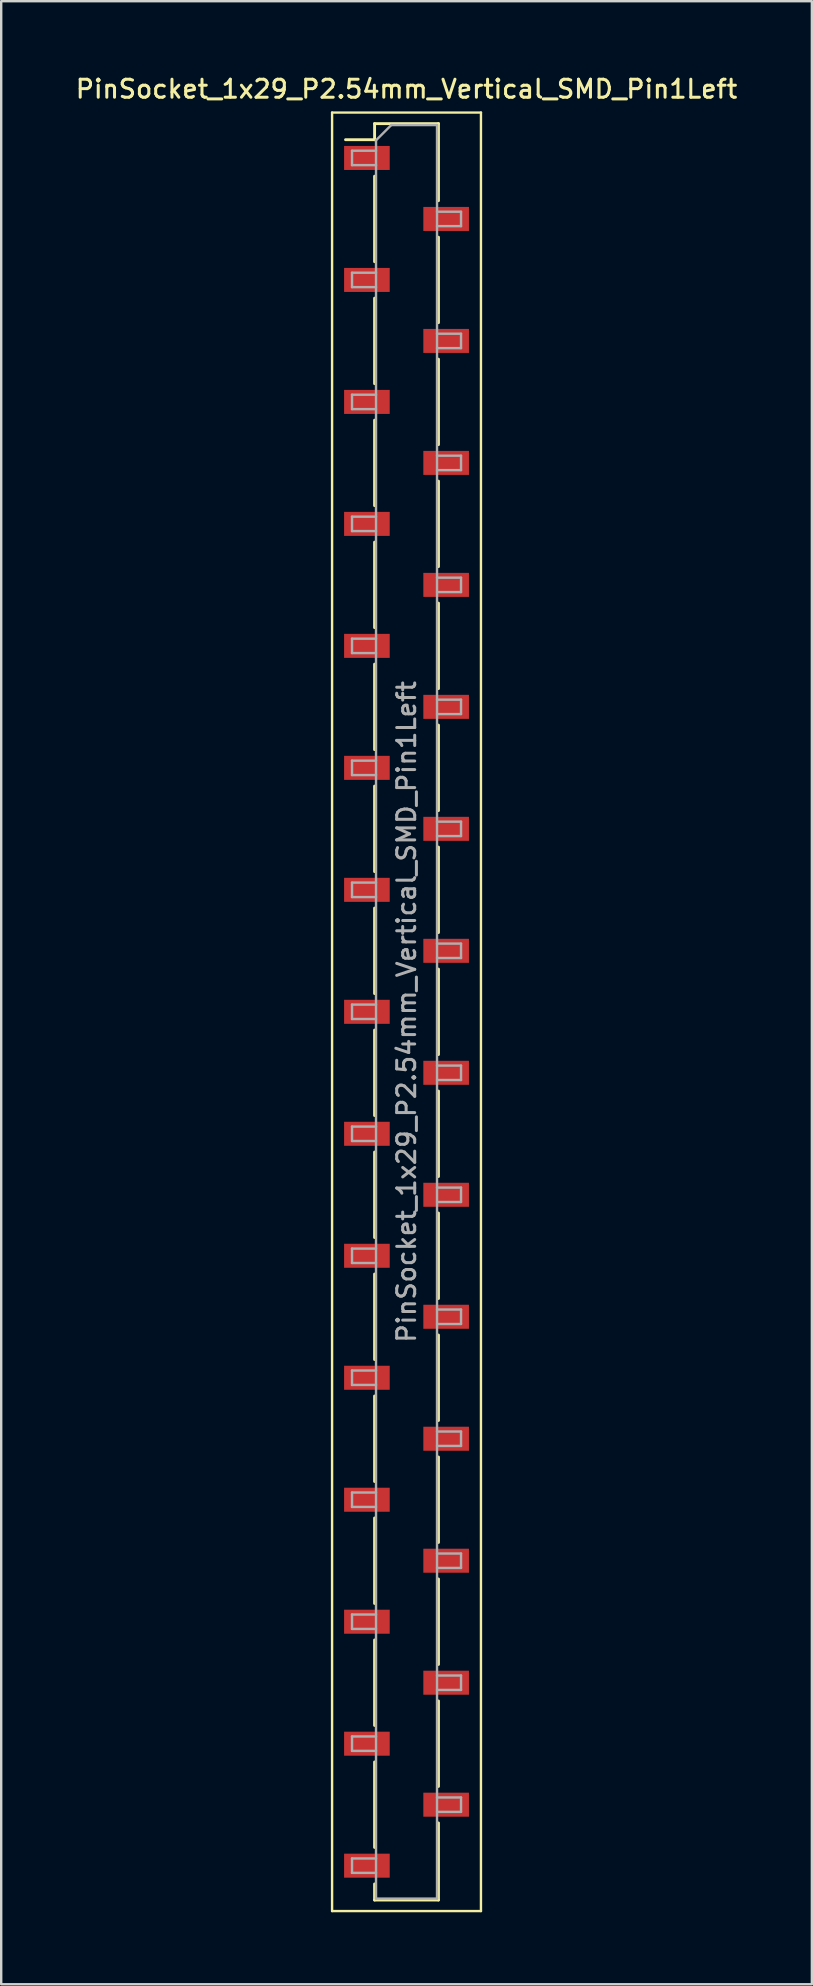
<source format=kicad_pcb>
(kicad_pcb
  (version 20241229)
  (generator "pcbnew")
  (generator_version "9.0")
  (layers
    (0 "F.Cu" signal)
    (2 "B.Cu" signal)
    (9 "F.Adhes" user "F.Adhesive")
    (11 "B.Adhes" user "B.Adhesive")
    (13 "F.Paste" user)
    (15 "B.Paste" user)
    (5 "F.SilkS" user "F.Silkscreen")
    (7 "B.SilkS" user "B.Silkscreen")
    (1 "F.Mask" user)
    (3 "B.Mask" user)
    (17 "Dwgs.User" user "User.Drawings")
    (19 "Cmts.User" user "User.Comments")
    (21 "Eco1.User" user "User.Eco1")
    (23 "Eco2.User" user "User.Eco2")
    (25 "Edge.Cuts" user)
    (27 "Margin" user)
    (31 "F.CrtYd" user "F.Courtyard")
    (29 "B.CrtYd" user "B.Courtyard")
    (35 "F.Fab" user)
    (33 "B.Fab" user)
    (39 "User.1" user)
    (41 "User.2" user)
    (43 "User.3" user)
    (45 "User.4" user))
  (footprint "PinSocket_1x29_P2.54mm_Vertical_SMD_Pin1Left"
    (layer "F.Cu")
    (at 13.88 39.088)
    (property "Reference" "PinSocket_1x29_P2.54mm_Vertical_SMD_Pin1Left" (at 0 -38.43 0) (layer "F.SilkS") (effects (font (size 0.75 0.75) (thickness 0.125))))
    (attr smd)
    (fp_line (start -3.1 -37.45) (end 3.1 -37.45) (stroke (width 0.1) (type solid)) (layer "F.SilkS"))
    (fp_line (start -3.1 37.45) (end -3.1 -37.45) (stroke (width 0.1) (type solid)) (layer "F.SilkS"))
    (fp_line (start -2.54 -36.32) (end -1.33 -36.32) (stroke (width 0.12) (type solid)) (layer "F.SilkS"))
    (fp_line (start -1.33 -36.99) (end -1.33 -36.32) (stroke (width 0.12) (type solid)) (layer "F.SilkS"))
    (fp_line (start -1.33 -36.99) (end 1.33 -36.99) (stroke (width 0.12) (type solid)) (layer "F.SilkS"))
    (fp_line (start -1.33 -34.8) (end -1.33 -31.24) (stroke (width 0.12) (type solid)) (layer "F.SilkS"))
    (fp_line (start -1.33 -29.72) (end -1.33 -26.16) (stroke (width 0.12) (type solid)) (layer "F.SilkS"))
    (fp_line (start -1.33 -24.64) (end -1.33 -21.08) (stroke (width 0.12) (type solid)) (layer "F.SilkS"))
    (fp_line (start -1.33 -19.56) (end -1.33 -16) (stroke (width 0.12) (type solid)) (layer "F.SilkS"))
    (fp_line (start -1.33 -14.48) (end -1.33 -10.92) (stroke (width 0.12) (type solid)) (layer "F.SilkS"))
    (fp_line (start -1.33 -9.4) (end -1.33 -5.84) (stroke (width 0.12) (type solid)) (layer "F.SilkS"))
    (fp_line (start -1.33 -4.32) (end -1.33 -0.76) (stroke (width 0.12) (type solid)) (layer "F.SilkS"))
    (fp_line (start -1.33 0.76) (end -1.33 4.32) (stroke (width 0.12) (type solid)) (layer "F.SilkS"))
    (fp_line (start -1.33 5.84) (end -1.33 9.4) (stroke (width 0.12) (type solid)) (layer "F.SilkS"))
    (fp_line (start -1.33 10.92) (end -1.33 14.48) (stroke (width 0.12) (type solid)) (layer "F.SilkS"))
    (fp_line (start -1.33 16) (end -1.33 19.56) (stroke (width 0.12) (type solid)) (layer "F.SilkS"))
    (fp_line (start -1.33 21.08) (end -1.33 24.64) (stroke (width 0.12) (type solid)) (layer "F.SilkS"))
    (fp_line (start -1.33 26.16) (end -1.33 29.72) (stroke (width 0.12) (type solid)) (layer "F.SilkS"))
    (fp_line (start -1.33 31.24) (end -1.33 34.8) (stroke (width 0.12) (type solid)) (layer "F.SilkS"))
    (fp_line (start -1.33 36.32) (end -1.33 36.99) (stroke (width 0.12) (type solid)) (layer "F.SilkS"))
    (fp_line (start -1.33 36.99) (end 1.33 36.99) (stroke (width 0.12) (type solid)) (layer "F.SilkS"))
    (fp_line (start 1.33 -36.99) (end 1.33 -33.78) (stroke (width 0.12) (type solid)) (layer "F.SilkS"))
    (fp_line (start 1.33 -32.26) (end 1.33 -28.7) (stroke (width 0.12) (type solid)) (layer "F.SilkS"))
    (fp_line (start 1.33 -27.18) (end 1.33 -23.62) (stroke (width 0.12) (type solid)) (layer "F.SilkS"))
    (fp_line (start 1.33 -22.1) (end 1.33 -18.54) (stroke (width 0.12) (type solid)) (layer "F.SilkS"))
    (fp_line (start 1.33 -17.02) (end 1.33 -13.46) (stroke (width 0.12) (type solid)) (layer "F.SilkS"))
    (fp_line (start 1.33 -11.94) (end 1.33 -8.38) (stroke (width 0.12) (type solid)) (layer "F.SilkS"))
    (fp_line (start 1.33 -6.86) (end 1.33 -3.3) (stroke (width 0.12) (type solid)) (layer "F.SilkS"))
    (fp_line (start 1.33 -1.78) (end 1.33 1.78) (stroke (width 0.12) (type solid)) (layer "F.SilkS"))
    (fp_line (start 1.33 3.3) (end 1.33 6.86) (stroke (width 0.12) (type solid)) (layer "F.SilkS"))
    (fp_line (start 1.33 8.38) (end 1.33 11.94) (stroke (width 0.12) (type solid)) (layer "F.SilkS"))
    (fp_line (start 1.33 13.46) (end 1.33 17.02) (stroke (width 0.12) (type solid)) (layer "F.SilkS"))
    (fp_line (start 1.33 18.54) (end 1.33 22.1) (stroke (width 0.12) (type solid)) (layer "F.SilkS"))
    (fp_line (start 1.33 23.62) (end 1.33 27.18) (stroke (width 0.12) (type solid)) (layer "F.SilkS"))
    (fp_line (start 1.33 28.7) (end 1.33 32.26) (stroke (width 0.12) (type solid)) (layer "F.SilkS"))
    (fp_line (start 1.33 33.78) (end 1.33 36.99) (stroke (width 0.12) (type solid)) (layer "F.SilkS"))
    (fp_line (start 3.1 -37.45) (end 3.1 37.45) (stroke (width 0.1) (type solid)) (layer "F.SilkS"))
    (fp_line (start 3.1 37.45) (end -3.1 37.45) (stroke (width 0.1) (type solid)) (layer "F.SilkS"))
    (fp_line (start -2.27 -35.86) (end -1.27 -35.86) (stroke (width 0.1) (type solid)) (layer "F.Fab"))
    (fp_line (start -2.27 -35.26) (end -2.27 -35.86) (stroke (width 0.1) (type solid)) (layer "F.Fab"))
    (fp_line (start -2.27 -30.78) (end -1.27 -30.78) (stroke (width 0.1) (type solid)) (layer "F.Fab"))
    (fp_line (start -2.27 -30.18) (end -2.27 -30.78) (stroke (width 0.1) (type solid)) (layer "F.Fab"))
    (fp_line (start -2.27 -25.7) (end -1.27 -25.7) (stroke (width 0.1) (type solid)) (layer "F.Fab"))
    (fp_line (start -2.27 -25.1) (end -2.27 -25.7) (stroke (width 0.1) (type solid)) (layer "F.Fab"))
    (fp_line (start -2.27 -20.62) (end -1.27 -20.62) (stroke (width 0.1) (type solid)) (layer "F.Fab"))
    (fp_line (start -2.27 -20.02) (end -2.27 -20.62) (stroke (width 0.1) (type solid)) (layer "F.Fab"))
    (fp_line (start -2.27 -15.54) (end -1.27 -15.54) (stroke (width 0.1) (type solid)) (layer "F.Fab"))
    (fp_line (start -2.27 -14.94) (end -2.27 -15.54) (stroke (width 0.1) (type solid)) (layer "F.Fab"))
    (fp_line (start -2.27 -10.46) (end -1.27 -10.46) (stroke (width 0.1) (type solid)) (layer "F.Fab"))
    (fp_line (start -2.27 -9.86) (end -2.27 -10.46) (stroke (width 0.1) (type solid)) (layer "F.Fab"))
    (fp_line (start -2.27 -5.38) (end -1.27 -5.38) (stroke (width 0.1) (type solid)) (layer "F.Fab"))
    (fp_line (start -2.27 -4.78) (end -2.27 -5.38) (stroke (width 0.1) (type solid)) (layer "F.Fab"))
    (fp_line (start -2.27 -0.3) (end -1.27 -0.3) (stroke (width 0.1) (type solid)) (layer "F.Fab"))
    (fp_line (start -2.27 0.3) (end -2.27 -0.3) (stroke (width 0.1) (type solid)) (layer "F.Fab"))
    (fp_line (start -2.27 4.78) (end -1.27 4.78) (stroke (width 0.1) (type solid)) (layer "F.Fab"))
    (fp_line (start -2.27 5.38) (end -2.27 4.78) (stroke (width 0.1) (type solid)) (layer "F.Fab"))
    (fp_line (start -2.27 9.86) (end -1.27 9.86) (stroke (width 0.1) (type solid)) (layer "F.Fab"))
    (fp_line (start -2.27 10.46) (end -2.27 9.86) (stroke (width 0.1) (type solid)) (layer "F.Fab"))
    (fp_line (start -2.27 14.94) (end -1.27 14.94) (stroke (width 0.1) (type solid)) (layer "F.Fab"))
    (fp_line (start -2.27 15.54) (end -2.27 14.94) (stroke (width 0.1) (type solid)) (layer "F.Fab"))
    (fp_line (start -2.27 20.02) (end -1.27 20.02) (stroke (width 0.1) (type solid)) (layer "F.Fab"))
    (fp_line (start -2.27 20.62) (end -2.27 20.02) (stroke (width 0.1) (type solid)) (layer "F.Fab"))
    (fp_line (start -2.27 25.1) (end -1.27 25.1) (stroke (width 0.1) (type solid)) (layer "F.Fab"))
    (fp_line (start -2.27 25.7) (end -2.27 25.1) (stroke (width 0.1) (type solid)) (layer "F.Fab"))
    (fp_line (start -2.27 30.18) (end -1.27 30.18) (stroke (width 0.1) (type solid)) (layer "F.Fab"))
    (fp_line (start -2.27 30.78) (end -2.27 30.18) (stroke (width 0.1) (type solid)) (layer "F.Fab"))
    (fp_line (start -2.27 35.26) (end -1.27 35.26) (stroke (width 0.1) (type solid)) (layer "F.Fab"))
    (fp_line (start -2.27 35.86) (end -2.27 35.26) (stroke (width 0.1) (type solid)) (layer "F.Fab"))
    (fp_line (start -1.27 -36.295) (end -0.635 -36.93) (stroke (width 0.1) (type solid)) (layer "F.Fab"))
    (fp_line (start -1.27 -35.26) (end -2.27 -35.26) (stroke (width 0.1) (type solid)) (layer "F.Fab"))
    (fp_line (start -1.27 -30.18) (end -2.27 -30.18) (stroke (width 0.1) (type solid)) (layer "F.Fab"))
    (fp_line (start -1.27 -25.1) (end -2.27 -25.1) (stroke (width 0.1) (type solid)) (layer "F.Fab"))
    (fp_line (start -1.27 -20.02) (end -2.27 -20.02) (stroke (width 0.1) (type solid)) (layer "F.Fab"))
    (fp_line (start -1.27 -14.94) (end -2.27 -14.94) (stroke (width 0.1) (type solid)) (layer "F.Fab"))
    (fp_line (start -1.27 -9.86) (end -2.27 -9.86) (stroke (width 0.1) (type solid)) (layer "F.Fab"))
    (fp_line (start -1.27 -4.78) (end -2.27 -4.78) (stroke (width 0.1) (type solid)) (layer "F.Fab"))
    (fp_line (start -1.27 0.3) (end -2.27 0.3) (stroke (width 0.1) (type solid)) (layer "F.Fab"))
    (fp_line (start -1.27 5.38) (end -2.27 5.38) (stroke (width 0.1) (type solid)) (layer "F.Fab"))
    (fp_line (start -1.27 10.46) (end -2.27 10.46) (stroke (width 0.1) (type solid)) (layer "F.Fab"))
    (fp_line (start -1.27 15.54) (end -2.27 15.54) (stroke (width 0.1) (type solid)) (layer "F.Fab"))
    (fp_line (start -1.27 20.62) (end -2.27 20.62) (stroke (width 0.1) (type solid)) (layer "F.Fab"))
    (fp_line (start -1.27 25.7) (end -2.27 25.7) (stroke (width 0.1) (type solid)) (layer "F.Fab"))
    (fp_line (start -1.27 30.78) (end -2.27 30.78) (stroke (width 0.1) (type solid)) (layer "F.Fab"))
    (fp_line (start -1.27 35.86) (end -2.27 35.86) (stroke (width 0.1) (type solid)) (layer "F.Fab"))
    (fp_line (start -1.27 36.93) (end -1.27 -36.295) (stroke (width 0.1) (type solid)) (layer "F.Fab"))
    (fp_line (start -0.635 -36.93) (end 1.27 -36.93) (stroke (width 0.1) (type solid)) (layer "F.Fab"))
    (fp_line (start 1.27 -36.93) (end 1.27 36.93) (stroke (width 0.1) (type solid)) (layer "F.Fab"))
    (fp_line (start 1.27 -33.32) (end 2.27 -33.32) (stroke (width 0.1) (type solid)) (layer "F.Fab"))
    (fp_line (start 1.27 -28.24) (end 2.27 -28.24) (stroke (width 0.1) (type solid)) (layer "F.Fab"))
    (fp_line (start 1.27 -23.16) (end 2.27 -23.16) (stroke (width 0.1) (type solid)) (layer "F.Fab"))
    (fp_line (start 1.27 -18.08) (end 2.27 -18.08) (stroke (width 0.1) (type solid)) (layer "F.Fab"))
    (fp_line (start 1.27 -13) (end 2.27 -13) (stroke (width 0.1) (type solid)) (layer "F.Fab"))
    (fp_line (start 1.27 -7.92) (end 2.27 -7.92) (stroke (width 0.1) (type solid)) (layer "F.Fab"))
    (fp_line (start 1.27 -2.84) (end 2.27 -2.84) (stroke (width 0.1) (type solid)) (layer "F.Fab"))
    (fp_line (start 1.27 2.24) (end 2.27 2.24) (stroke (width 0.1) (type solid)) (layer "F.Fab"))
    (fp_line (start 1.27 7.32) (end 2.27 7.32) (stroke (width 0.1) (type solid)) (layer "F.Fab"))
    (fp_line (start 1.27 12.4) (end 2.27 12.4) (stroke (width 0.1) (type solid)) (layer "F.Fab"))
    (fp_line (start 1.27 17.48) (end 2.27 17.48) (stroke (width 0.1) (type solid)) (layer "F.Fab"))
    (fp_line (start 1.27 22.56) (end 2.27 22.56) (stroke (width 0.1) (type solid)) (layer "F.Fab"))
    (fp_line (start 1.27 27.64) (end 2.27 27.64) (stroke (width 0.1) (type solid)) (layer "F.Fab"))
    (fp_line (start 1.27 32.72) (end 2.27 32.72) (stroke (width 0.1) (type solid)) (layer "F.Fab"))
    (fp_line (start 1.27 36.93) (end -1.27 36.93) (stroke (width 0.1) (type solid)) (layer "F.Fab"))
    (fp_line (start 2.27 -33.32) (end 2.27 -32.72) (stroke (width 0.1) (type solid)) (layer "F.Fab"))
    (fp_line (start 2.27 -32.72) (end 1.27 -32.72) (stroke (width 0.1) (type solid)) (layer "F.Fab"))
    (fp_line (start 2.27 -28.24) (end 2.27 -27.64) (stroke (width 0.1) (type solid)) (layer "F.Fab"))
    (fp_line (start 2.27 -27.64) (end 1.27 -27.64) (stroke (width 0.1) (type solid)) (layer "F.Fab"))
    (fp_line (start 2.27 -23.16) (end 2.27 -22.56) (stroke (width 0.1) (type solid)) (layer "F.Fab"))
    (fp_line (start 2.27 -22.56) (end 1.27 -22.56) (stroke (width 0.1) (type solid)) (layer "F.Fab"))
    (fp_line (start 2.27 -18.08) (end 2.27 -17.48) (stroke (width 0.1) (type solid)) (layer "F.Fab"))
    (fp_line (start 2.27 -17.48) (end 1.27 -17.48) (stroke (width 0.1) (type solid)) (layer "F.Fab"))
    (fp_line (start 2.27 -13) (end 2.27 -12.4) (stroke (width 0.1) (type solid)) (layer "F.Fab"))
    (fp_line (start 2.27 -12.4) (end 1.27 -12.4) (stroke (width 0.1) (type solid)) (layer "F.Fab"))
    (fp_line (start 2.27 -7.92) (end 2.27 -7.32) (stroke (width 0.1) (type solid)) (layer "F.Fab"))
    (fp_line (start 2.27 -7.32) (end 1.27 -7.32) (stroke (width 0.1) (type solid)) (layer "F.Fab"))
    (fp_line (start 2.27 -2.84) (end 2.27 -2.24) (stroke (width 0.1) (type solid)) (layer "F.Fab"))
    (fp_line (start 2.27 -2.24) (end 1.27 -2.24) (stroke (width 0.1) (type solid)) (layer "F.Fab"))
    (fp_line (start 2.27 2.24) (end 2.27 2.84) (stroke (width 0.1) (type solid)) (layer "F.Fab"))
    (fp_line (start 2.27 2.84) (end 1.27 2.84) (stroke (width 0.1) (type solid)) (layer "F.Fab"))
    (fp_line (start 2.27 7.32) (end 2.27 7.92) (stroke (width 0.1) (type solid)) (layer "F.Fab"))
    (fp_line (start 2.27 7.92) (end 1.27 7.92) (stroke (width 0.1) (type solid)) (layer "F.Fab"))
    (fp_line (start 2.27 12.4) (end 2.27 13) (stroke (width 0.1) (type solid)) (layer "F.Fab"))
    (fp_line (start 2.27 13) (end 1.27 13) (stroke (width 0.1) (type solid)) (layer "F.Fab"))
    (fp_line (start 2.27 17.48) (end 2.27 18.08) (stroke (width 0.1) (type solid)) (layer "F.Fab"))
    (fp_line (start 2.27 18.08) (end 1.27 18.08) (stroke (width 0.1) (type solid)) (layer "F.Fab"))
    (fp_line (start 2.27 22.56) (end 2.27 23.16) (stroke (width 0.1) (type solid)) (layer "F.Fab"))
    (fp_line (start 2.27 23.16) (end 1.27 23.16) (stroke (width 0.1) (type solid)) (layer "F.Fab"))
    (fp_line (start 2.27 27.64) (end 2.27 28.24) (stroke (width 0.1) (type solid)) (layer "F.Fab"))
    (fp_line (start 2.27 28.24) (end 1.27 28.24) (stroke (width 0.1) (type solid)) (layer "F.Fab"))
    (fp_line (start 2.27 32.72) (end 2.27 33.32) (stroke (width 0.1) (type solid)) (layer "F.Fab"))
    (fp_line (start 2.27 33.32) (end 1.27 33.32) (stroke (width 0.1) (type solid)) (layer "F.Fab"))
    (fp_text user "${REFERENCE}" (at 0 0 90) (layer "F.Fab") (effects (font (size 0.75 0.75) (thickness 0.125))))
    (pad "1" smd rect (at -1.65 -35.56) (size 1.9 1) (layers "F.Cu" "F.Mask" "F.Paste"))
    (pad "2" smd rect (at 1.65 -33.02) (size 1.9 1) (layers "F.Cu" "F.Mask" "F.Paste"))
    (pad "3" smd rect (at -1.65 -30.48) (size 1.9 1) (layers "F.Cu" "F.Mask" "F.Paste"))
    (pad "4" smd rect (at 1.65 -27.94) (size 1.9 1) (layers "F.Cu" "F.Mask" "F.Paste"))
    (pad "5" smd rect (at -1.65 -25.4) (size 1.9 1) (layers "F.Cu" "F.Mask" "F.Paste"))
    (pad "6" smd rect (at 1.65 -22.86) (size 1.9 1) (layers "F.Cu" "F.Mask" "F.Paste"))
    (pad "7" smd rect (at -1.65 -20.32) (size 1.9 1) (layers "F.Cu" "F.Mask" "F.Paste"))
    (pad "8" smd rect (at 1.65 -17.78) (size 1.9 1) (layers "F.Cu" "F.Mask" "F.Paste"))
    (pad "9" smd rect (at -1.65 -15.24) (size 1.9 1) (layers "F.Cu" "F.Mask" "F.Paste"))
    (pad "10" smd rect (at 1.65 -12.7) (size 1.9 1) (layers "F.Cu" "F.Mask" "F.Paste"))
    (pad "11" smd rect (at -1.65 -10.16) (size 1.9 1) (layers "F.Cu" "F.Mask" "F.Paste"))
    (pad "12" smd rect (at 1.65 -7.62) (size 1.9 1) (layers "F.Cu" "F.Mask" "F.Paste"))
    (pad "13" smd rect (at -1.65 -5.08) (size 1.9 1) (layers "F.Cu" "F.Mask" "F.Paste"))
    (pad "14" smd rect (at 1.65 -2.54) (size 1.9 1) (layers "F.Cu" "F.Mask" "F.Paste"))
    (pad "15" smd rect (at -1.65 0) (size 1.9 1) (layers "F.Cu" "F.Mask" "F.Paste"))
    (pad "16" smd rect (at 1.65 2.54) (size 1.9 1) (layers "F.Cu" "F.Mask" "F.Paste"))
    (pad "17" smd rect (at -1.65 5.08) (size 1.9 1) (layers "F.Cu" "F.Mask" "F.Paste"))
    (pad "18" smd rect (at 1.65 7.62) (size 1.9 1) (layers "F.Cu" "F.Mask" "F.Paste"))
    (pad "19" smd rect (at -1.65 10.16) (size 1.9 1) (layers "F.Cu" "F.Mask" "F.Paste"))
    (pad "20" smd rect (at 1.65 12.7) (size 1.9 1) (layers "F.Cu" "F.Mask" "F.Paste"))
    (pad "21" smd rect (at -1.65 15.24) (size 1.9 1) (layers "F.Cu" "F.Mask" "F.Paste"))
    (pad "22" smd rect (at 1.65 17.78) (size 1.9 1) (layers "F.Cu" "F.Mask" "F.Paste"))
    (pad "23" smd rect (at -1.65 20.32) (size 1.9 1) (layers "F.Cu" "F.Mask" "F.Paste"))
    (pad "24" smd rect (at 1.65 22.86) (size 1.9 1) (layers "F.Cu" "F.Mask" "F.Paste"))
    (pad "25" smd rect (at -1.65 25.4) (size 1.9 1) (layers "F.Cu" "F.Mask" "F.Paste"))
    (pad "26" smd rect (at 1.65 27.94) (size 1.9 1) (layers "F.Cu" "F.Mask" "F.Paste"))
    (pad "27" smd rect (at -1.65 30.48) (size 1.9 1) (layers "F.Cu" "F.Mask" "F.Paste"))
    (pad "28" smd rect (at 1.65 33.02) (size 1.9 1) (layers "F.Cu" "F.Mask" "F.Paste"))
    (pad "29" smd rect (at -1.65 35.56) (size 1.9 1) (layers "F.Cu" "F.Mask" "F.Paste")))
  (gr_rect
    (start -3 -3)
    (end 30.761 79.588)
    (stroke (width 0.1) (type default))
    (fill no)
    (layer "Edge.Cuts")))
</source>
